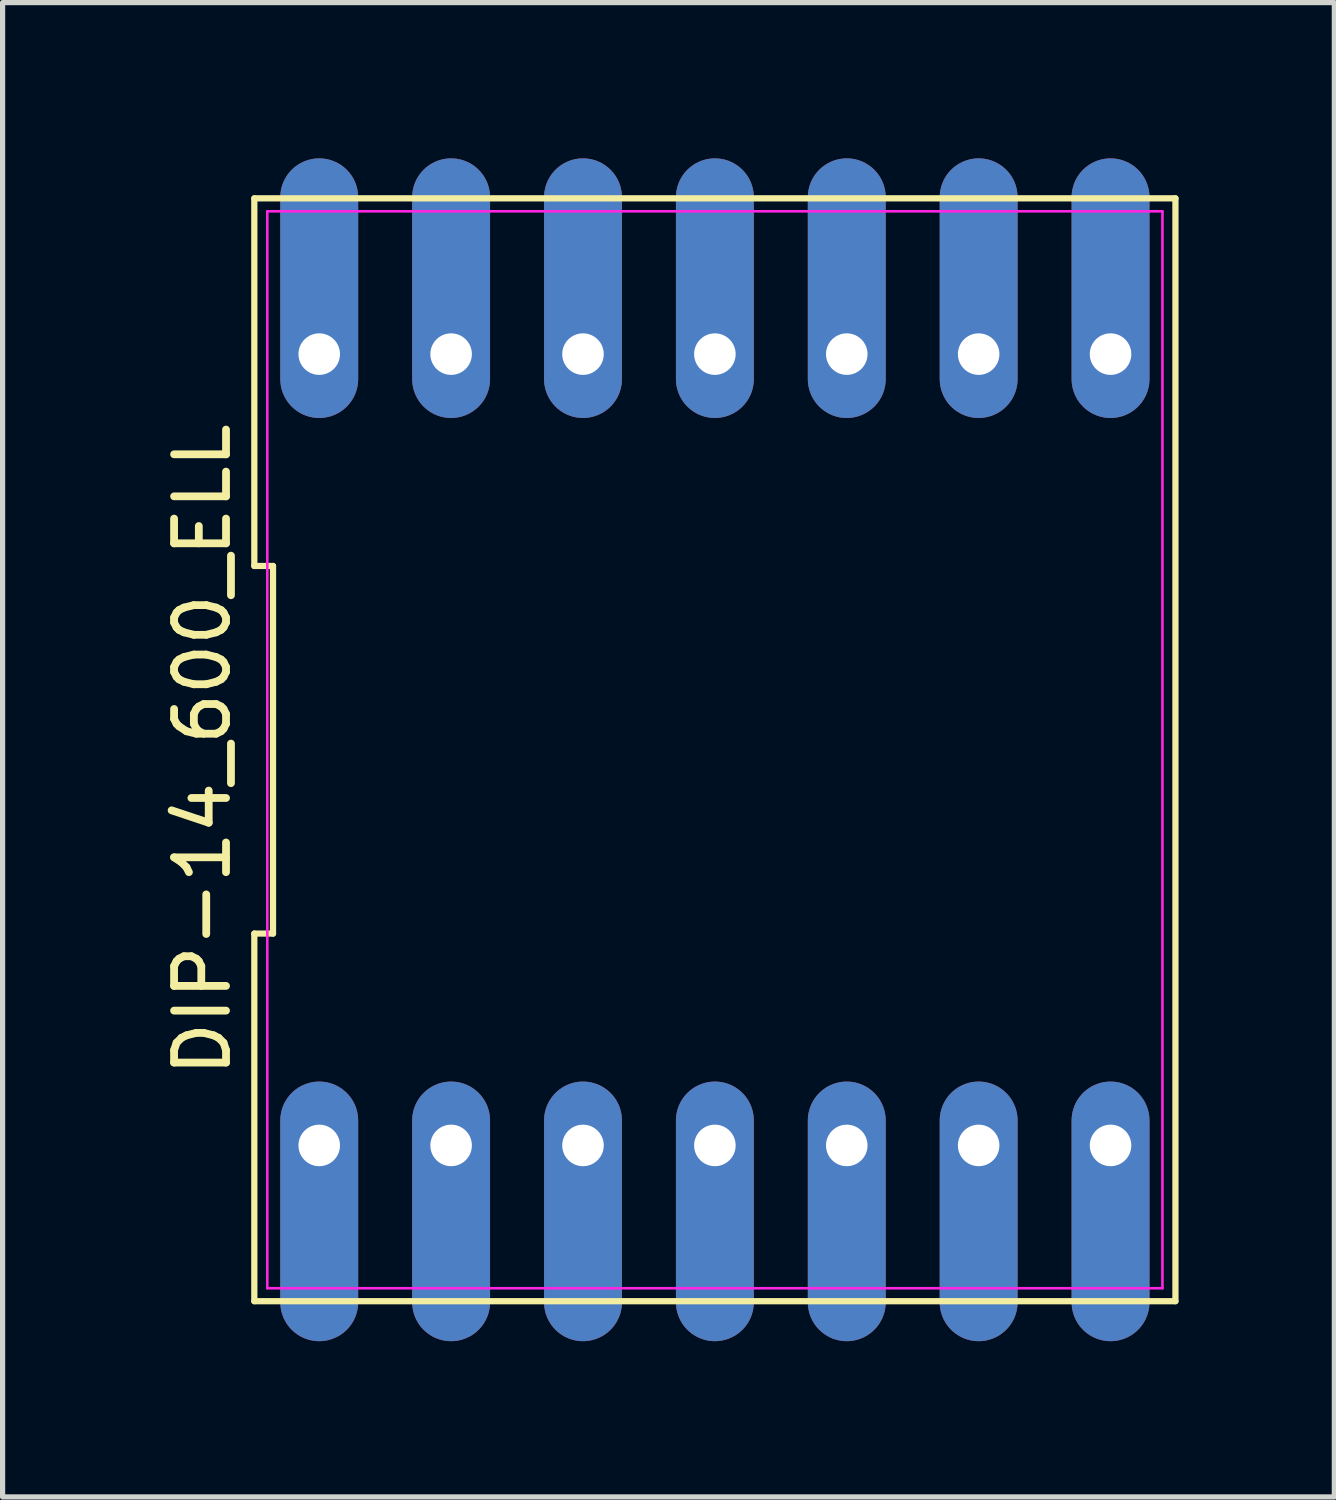
<source format=kicad_pcb>
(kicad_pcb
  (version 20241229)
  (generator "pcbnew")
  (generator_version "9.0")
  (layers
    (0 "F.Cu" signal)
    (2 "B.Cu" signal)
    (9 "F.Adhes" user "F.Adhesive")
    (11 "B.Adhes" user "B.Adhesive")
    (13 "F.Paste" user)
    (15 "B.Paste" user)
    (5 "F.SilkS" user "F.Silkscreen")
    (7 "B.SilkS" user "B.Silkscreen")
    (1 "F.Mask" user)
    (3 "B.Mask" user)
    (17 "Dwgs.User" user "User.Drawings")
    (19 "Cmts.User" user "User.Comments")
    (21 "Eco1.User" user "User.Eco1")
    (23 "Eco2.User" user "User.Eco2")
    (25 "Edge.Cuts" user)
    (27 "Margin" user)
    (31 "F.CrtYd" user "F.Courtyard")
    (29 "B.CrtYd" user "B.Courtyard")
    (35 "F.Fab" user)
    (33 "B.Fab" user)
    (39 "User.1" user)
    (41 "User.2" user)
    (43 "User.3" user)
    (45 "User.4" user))
  (footprint "DIP-14_600_ELL"
    (layer "F.Cu")
    (at 10.718 11.39)
    (property "Reference" "DIP-14_600_ELL" (at -9.87 0 90) (layer "F.SilkS") (effects (font (size 1 1) (thickness 0.15))))
    (fp_line (start -8.87 -10.62) (end -8.87 -3.54) (stroke (width 0.12) (type solid)) (layer "F.SilkS"))
    (fp_line (start -8.87 -3.54) (end -8.51 -3.54) (stroke (width 0.12) (type solid)) (layer "F.SilkS"))
    (fp_line (start -8.87 3.54) (end -8.87 10.62) (stroke (width 0.12) (type solid)) (layer "F.SilkS"))
    (fp_line (start -8.87 10.62) (end 8.87 10.62) (stroke (width 0.12) (type solid)) (layer "F.SilkS"))
    (fp_line (start -8.51 -3.54) (end -8.51 3.54) (stroke (width 0.12) (type solid)) (layer "F.SilkS"))
    (fp_line (start -8.51 3.54) (end -8.87 3.54) (stroke (width 0.12) (type solid)) (layer "F.SilkS"))
    (fp_line (start 8.87 -10.62) (end -8.87 -10.62) (stroke (width 0.12) (type solid)) (layer "F.SilkS"))
    (fp_line (start 8.87 10.62) (end 8.87 -10.62) (stroke (width 0.12) (type solid)) (layer "F.SilkS"))
    (fp_line (start -8.62 -10.37) (end 8.62 -10.37) (stroke (width 0.05) (type solid)) (layer "F.CrtYd"))
    (fp_line (start -8.62 10.37) (end -8.62 -10.37) (stroke (width 0.05) (type solid)) (layer "F.CrtYd"))
    (fp_line (start 8.62 -10.37) (end 8.62 10.37) (stroke (width 0.05) (type solid)) (layer "F.CrtYd"))
    (fp_line (start 8.62 10.37) (end -8.62 10.37) (stroke (width 0.05) (type solid)) (layer "F.CrtYd"))
    (pad "1" thru_hole oval (at -7.62 7.62) (size 1.5 5) (drill 0.8 (offset 0 1.27)) (layers "*.Cu" "*.Mask"))
    (pad "2" thru_hole oval (at -5.08 7.62) (size 1.5 5) (drill 0.8 (offset 0 1.27)) (layers "*.Cu" "*.Mask"))
    (pad "3" thru_hole oval (at -2.54 7.62) (size 1.5 5) (drill 0.8 (offset 0 1.27)) (layers "*.Cu" "*.Mask"))
    (pad "4" thru_hole oval (at 0 7.62) (size 1.5 5) (drill 0.8 (offset 0 1.27)) (layers "*.Cu" "*.Mask"))
    (pad "5" thru_hole oval (at 2.54 7.62) (size 1.5 5) (drill 0.8 (offset 0 1.27)) (layers "*.Cu" "*.Mask"))
    (pad "6" thru_hole oval (at 5.08 7.62) (size 1.5 5) (drill 0.8 (offset 0 1.27)) (layers "*.Cu" "*.Mask"))
    (pad "7" thru_hole oval (at 7.62 7.62) (size 1.5 5) (drill 0.8 (offset 0 1.27)) (layers "*.Cu" "*.Mask"))
    (pad "8" thru_hole oval (at 7.62 -7.62 180) (size 1.5 5) (drill 0.8 (offset 0 1.27)) (layers "*.Cu" "*.Mask"))
    (pad "9" thru_hole oval (at 5.08 -7.62 180) (size 1.5 5) (drill 0.8 (offset 0 1.27)) (layers "*.Cu" "*.Mask"))
    (pad "10" thru_hole oval (at 2.54 -7.62 180) (size 1.5 5) (drill 0.8 (offset 0 1.27)) (layers "*.Cu" "*.Mask"))
    (pad "11" thru_hole oval (at 0 -7.62 180) (size 1.5 5) (drill 0.8 (offset 0 1.27)) (layers "*.Cu" "*.Mask"))
    (pad "12" thru_hole oval (at -2.54 -7.62 180) (size 1.5 5) (drill 0.8 (offset 0 1.27)) (layers "*.Cu" "*.Mask"))
    (pad "13" thru_hole oval (at -5.08 -7.62 180) (size 1.5 5) (drill 0.8 (offset 0 1.27)) (layers "*.Cu" "*.Mask"))
    (pad "14" thru_hole oval (at -7.62 -7.62 180) (size 1.5 5) (drill 0.8 (offset 0 1.27)) (layers "*.Cu" "*.Mask")))
  (gr_rect
    (start -3 -3)
    (end 22.648 25.78)
    (stroke (width 0.1) (type default))
    (fill no)
    (layer "Edge.Cuts")))
</source>
